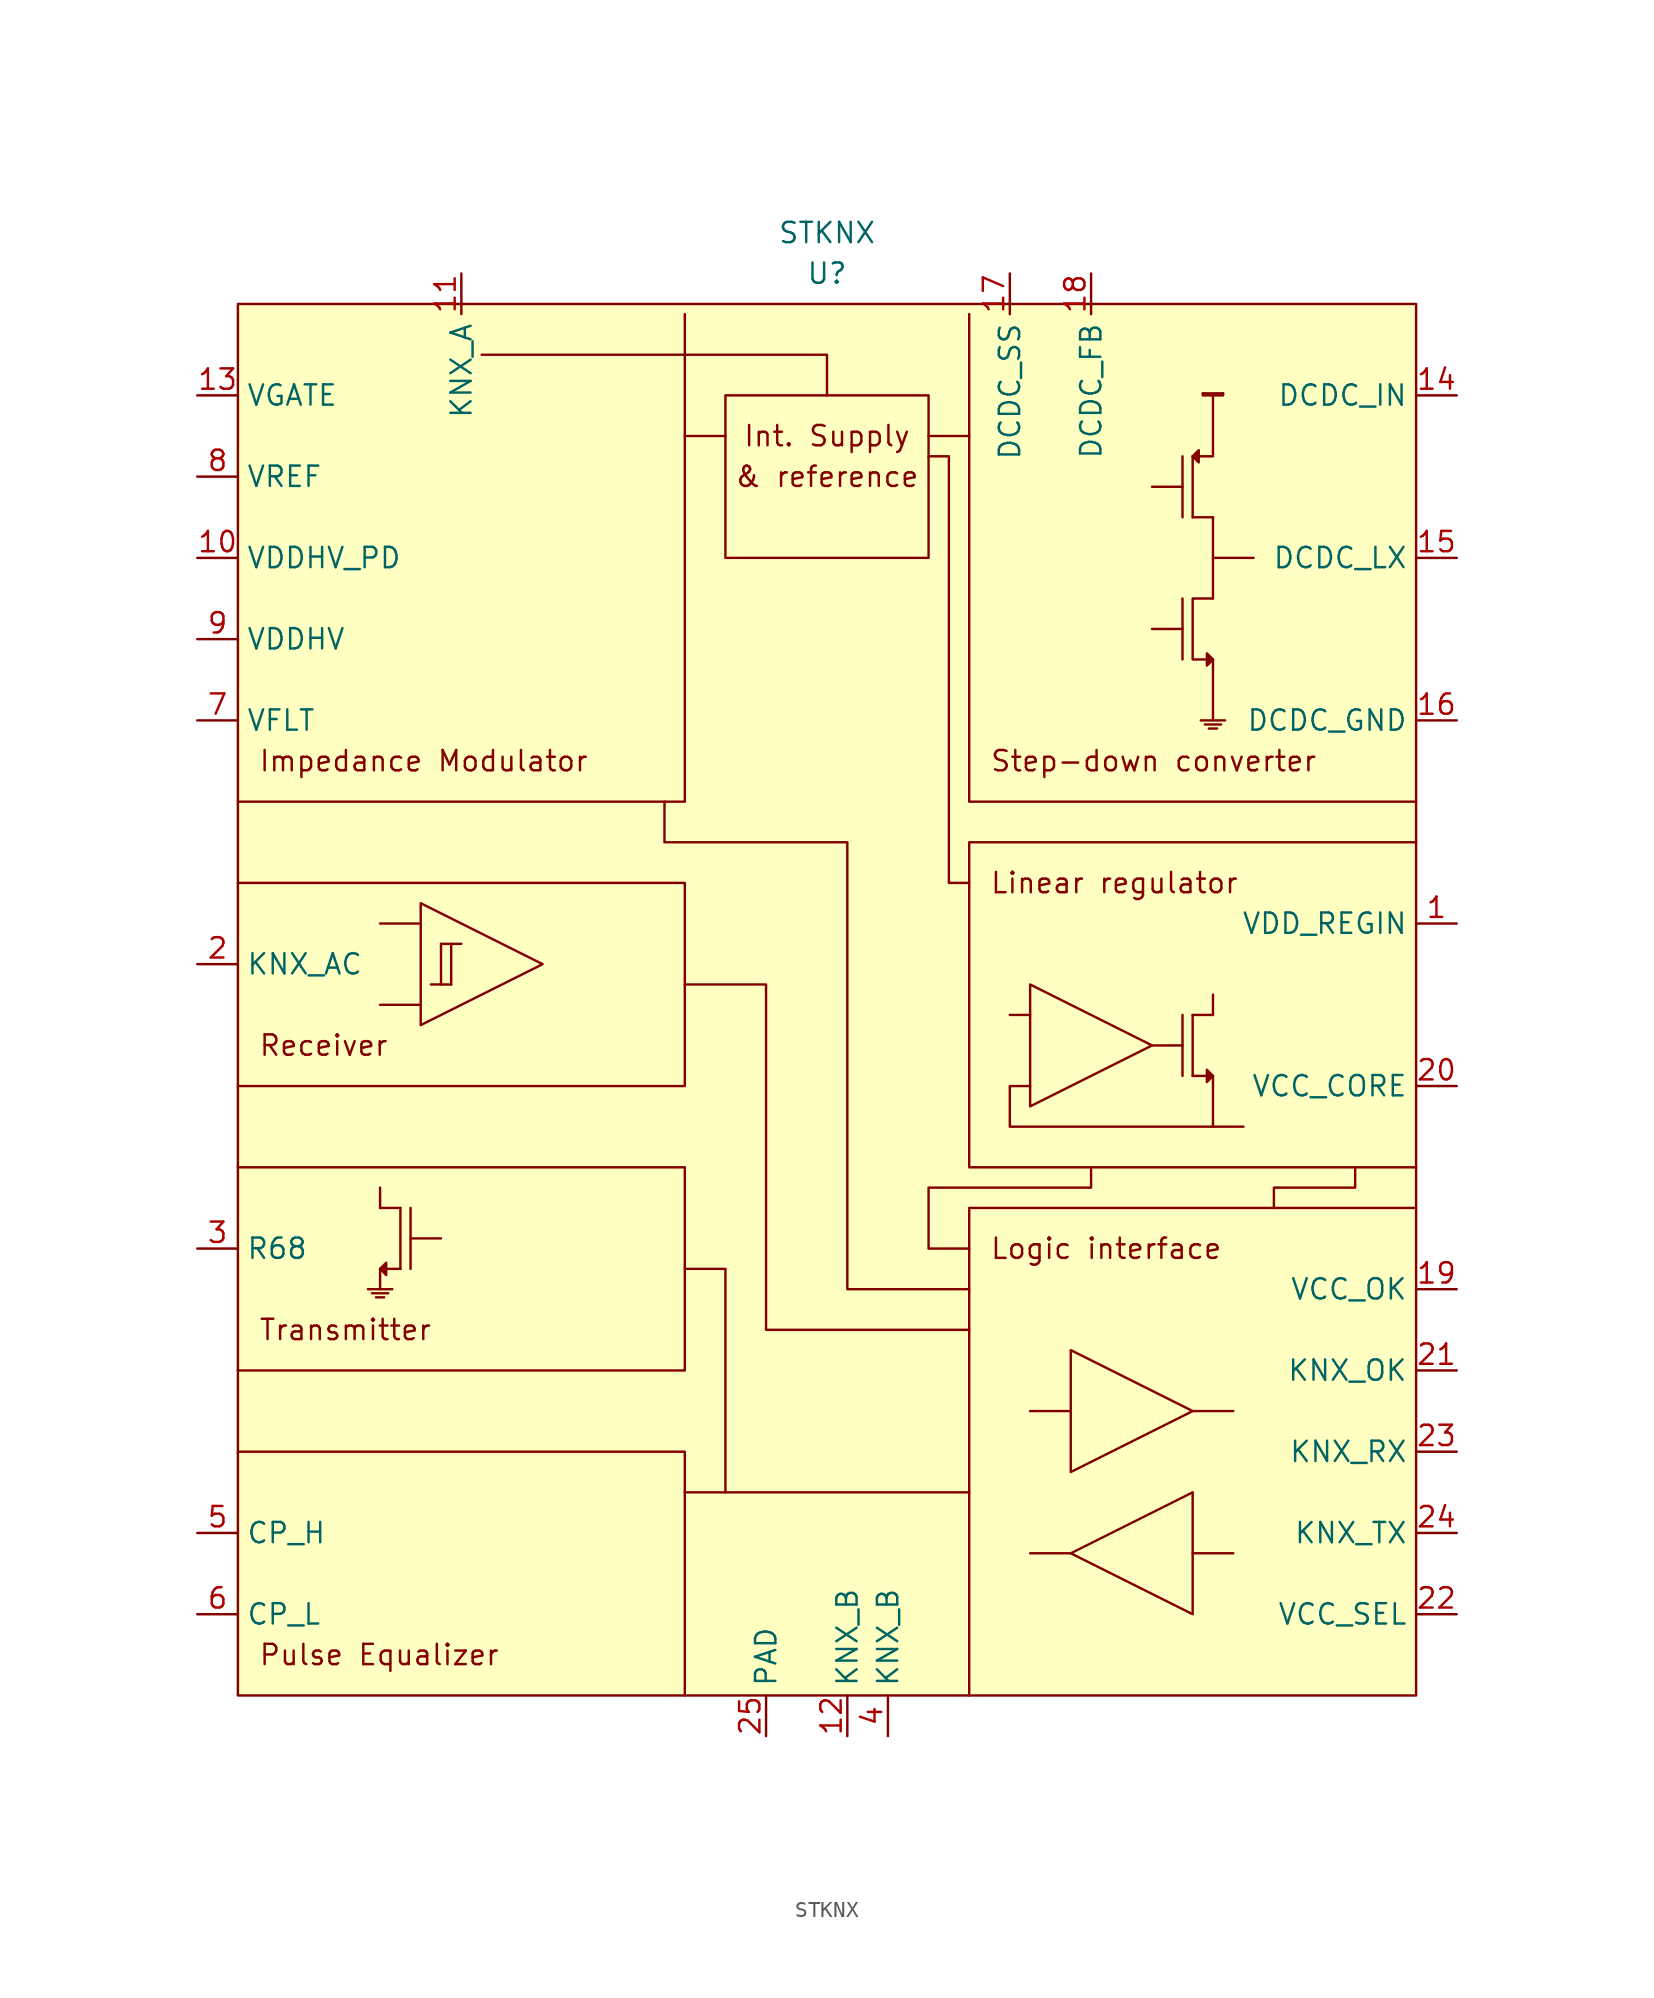
<source format=kicad_sym>
(kicad_symbol_lib
  (version 20210619)
  (generator kicad_symbol_editor)
  (symbol "stknx:STKNX"
    (property "Reference" "U"
      (at 0 45.72 0)
      (effects (font (size 1.27 1.27))))
    (property "Value" "STKNX"
      (at 0 48.26 0)
      (effects (font (size 1.27 1.27))))
    (symbol "STKNX_0_0"
      (text "& reference" (at 0 33.02 0) (effects (font (size 1.27 1.27))))
      (text "Impedance Modulator" (at -35.56 15.24 0) (effects (font (size 1.27 1.27)) (justify left)))
      (text "Int. Supply" (at 0 35.56 0) (effects (font (size 1.27 1.27))))
      (text "Linear regulator" (at 10.16 7.62 0) (effects (font (size 1.27 1.27)) (justify left)))
      (text "Logic interface" (at 10.16 -15.24 0) (effects (font (size 1.27 1.27)) (justify left)))
      (text "Pulse Equalizer" (at -35.56 -40.64 0) (effects (font (size 1.27 1.27)) (justify left)))
      (text "Receiver" (at -35.56 -2.54 0) (effects (font (size 1.27 1.27)) (justify left)))
      (text "Step-down converter" (at 10.16 15.24 0) (effects (font (size 1.27 1.27)) (justify left)))
      (text "Transmitter" (at -35.56 -20.32 0) (effects (font (size 1.27 1.27)) (justify left)))
      (rectangle (start -6.35 38.1) (end 6.35 27.94) (stroke (width 0.152)) (fill (type none)))
      (polyline (pts (xy -27.94 -16.51) (xy -27.94 -17.78)) (stroke (width 0.152)) (fill (type none)))
      (polyline (pts (xy -27.94 -12.7) (xy -27.94 -11.43)) (stroke (width 0.152)) (fill (type none)))
      (polyline (pts (xy -26.67 -16.51) (xy -27.94 -16.51)) (stroke (width 0.152)) (fill (type none)))
      (polyline (pts (xy -26.67 -12.7) (xy -27.94 -12.7)) (stroke (width 0.152)) (fill (type none)))
      (polyline (pts (xy -26.67 -12.7) (xy -26.67 -16.51)) (stroke (width 0.152)) (fill (type none)))
      (polyline (pts (xy -26.035 -12.7) (xy -26.035 -16.51)) (stroke (width 0.152)) (fill (type none)))
      (polyline (pts (xy -25.4 0) (xy -27.94 0)) (stroke (width 0.152)) (fill (type none)))
      (polyline (pts (xy -25.4 5.08) (xy -27.94 5.08)) (stroke (width 0.152)) (fill (type none)))
      (polyline (pts (xy -24.13 -14.605) (xy -26.035 -14.605)) (stroke (width 0.152)) (fill (type none)))
      (polyline (pts (xy -24.13 3.81) (xy -24.13 1.27)) (stroke (width 0.152)) (fill (type none)))
      (polyline (pts (xy -24.13 3.81) (xy -22.86 3.81)) (stroke (width 0.152)) (fill (type none)))
      (polyline (pts (xy -23.495 1.27) (xy -24.765 1.27)) (stroke (width 0.152)) (fill (type none)))
      (polyline (pts (xy -23.495 1.27) (xy -23.495 3.81)) (stroke (width 0.152)) (fill (type none)))
      (polyline (pts (xy -6.35 35.56) (xy -8.89 35.56)) (stroke (width 0.152)) (fill (type none)))
      (polyline (pts (xy 6.35 35.56) (xy 8.89 35.56)) (stroke (width 0.152)) (fill (type none)))
      (polyline (pts (xy 8.89 -30.48) (xy -8.89 -30.48)) (stroke (width 0.152)) (fill (type none)))
      (polyline (pts (xy 12.7 -0.635) (xy 11.43 -0.635)) (stroke (width 0.152)) (fill (type none)))
      (polyline (pts (xy 15.24 -34.29) (xy 12.7 -34.29)) (stroke (width 0.152)) (fill (type none)))
      (polyline (pts (xy 15.24 -25.4) (xy 12.7 -25.4)) (stroke (width 0.152)) (fill (type none)))
      (polyline (pts (xy 20.32 -2.54) (xy 22.225 -2.54)) (stroke (width 0.152)) (fill (type none)))
      (polyline (pts (xy 22.225 -0.635) (xy 22.225 -4.445)) (stroke (width 0.152)) (fill (type none)))
      (polyline (pts (xy 22.86 -34.29) (xy 25.4 -34.29)) (stroke (width 0.152)) (fill (type none)))
      (polyline (pts (xy 22.86 -25.4) (xy 25.4 -25.4)) (stroke (width 0.152)) (fill (type none)))
      (polyline (pts (xy 22.86 -4.445) (xy 24.13 -4.445)) (stroke (width 0.152)) (fill (type none)))
      (polyline (pts (xy 22.86 -0.635) (xy 22.86 -4.445)) (stroke (width 0.152)) (fill (type none)))
      (polyline (pts (xy 22.86 -0.635) (xy 24.13 -0.635)) (stroke (width 0.152)) (fill (type none)))
      (polyline (pts (xy 24.13 -4.445) (xy 24.13 -7.62)) (stroke (width 0.152)) (fill (type none)))
      (polyline (pts (xy 24.13 -0.635) (xy 24.13 0.635)) (stroke (width 0.152)) (fill (type none)))
      (polyline (pts (xy -36.83 -27.94) (xy -8.89 -27.94) (xy -8.89 -43.18)) (stroke (width 0.152)) (fill (type none)))
      (polyline (pts (xy -36.83 12.7) (xy -8.89 12.7) (xy -8.89 43.18)) (stroke (width 0.152)) (fill (type none)))
      (polyline (pts (xy -21.59 40.64) (xy 0 40.64) (xy 0 38.1)) (stroke (width 0.152)) (fill (type none)))
      (polyline (pts (xy -8.89 -16.51) (xy -6.35 -16.51) (xy -6.35 -30.48)) (stroke (width 0.152)) (fill (type none)))
      (polyline (pts (xy 36.83 -12.7) (xy 8.89 -12.7) (xy 8.89 -43.18)) (stroke (width 0.152)) (fill (type none)))
      (polyline (pts (xy -36.83 -10.16) (xy -8.89 -10.16) (xy -8.89 -22.86) (xy -36.83 -22.86)) (stroke (width 0.152)) (fill (type none)))
      (polyline (pts (xy -36.83 7.62) (xy -8.89 7.62) (xy -8.89 -5.08) (xy -36.83 -5.08)) (stroke (width 0.152)) (fill (type none)))
      (polyline (pts (xy -25.4 6.35) (xy -25.4 -1.27) (xy -17.78 2.54) (xy -25.4 6.35)) (stroke (width 0.152)) (fill (type none)))
      (polyline (pts (xy -8.89 1.27) (xy -3.81 1.27) (xy -3.81 -20.32) (xy 8.89 -20.32)) (stroke (width 0.152)) (fill (type none)))
      (polyline (pts (xy 6.35 34.29) (xy 7.62 34.29) (xy 7.62 7.62) (xy 8.89 7.62)) (stroke (width 0.152)) (fill (type none)))
      (polyline (pts (xy 12.7 -6.35) (xy 12.7 1.27) (xy 20.32 -2.54) (xy 12.7 -6.35)) (stroke (width 0.152)) (fill (type none)))
      (polyline (pts (xy 12.7 -5.08) (xy 11.43 -5.08) (xy 11.43 -7.62) (xy 26.035 -7.62)) (stroke (width 0.152)) (fill (type none)))
      (polyline (pts (xy 15.24 -21.59) (xy 15.24 -29.21) (xy 22.86 -25.4) (xy 15.24 -21.59)) (stroke (width 0.152)) (fill (type none)))
      (polyline (pts (xy 22.86 -30.48) (xy 22.86 -38.1) (xy 15.24 -34.29) (xy 22.86 -30.48)) (stroke (width 0.152)) (fill (type none)))
      (polyline (pts (xy 33.02 -10.16) (xy 33.02 -11.43) (xy 27.94 -11.43) (xy 27.94 -12.7)) (stroke (width 0.152)) (fill (type none)))
      (polyline (pts (xy 36.83 10.16) (xy 8.89 10.16) (xy 8.89 -10.16) (xy 36.83 -10.16)) (stroke (width 0.152)) (fill (type none)))
      (polyline (pts (xy -10.16 12.7) (xy -10.16 10.16) (xy 1.27 10.16) (xy 1.27 -17.78) (xy 8.89 -17.78)) (stroke (width 0.152)) (fill (type none)))
      (polyline (pts (xy 8.89 -15.24) (xy 6.35 -15.24) (xy 6.35 -11.43) (xy 16.51 -11.43) (xy 16.51 -10.16)) (stroke (width 0.152)) (fill (type none)))
      (polyline (pts (xy -27.94 -16.51) (xy -27.559 -16.129) (xy -27.559 -16.891) (xy -27.94 -16.51) (xy -27.686 -16.256) (xy -27.686 -16.764)) (stroke (width 0.152)) (fill (type none)))
      (polyline (pts (xy 24.13 -4.445) (xy 23.749 -4.064) (xy 23.749 -4.826) (xy 24.13 -4.445) (xy 23.876 -4.191) (xy 23.876 -4.699)) (stroke (width 0.152)) (fill (type none))))
    (symbol "STKNX_0_1"
      (rectangle (start -36.83 43.815) (end 36.83 -43.18) (stroke (width 0.152)) (fill (type background)))
      (polyline (pts (xy -28.702 -17.78) (xy -27.178 -17.78)) (stroke (width 0.152)) (fill (type none)))
      (polyline (pts (xy -28.448 -18.034) (xy -27.432 -18.034)) (stroke (width 0.152)) (fill (type none)))
      (polyline (pts (xy -28.194 -18.288) (xy -27.686 -18.288)) (stroke (width 0.152)) (fill (type none)))
      (polyline (pts (xy 22.225 23.495) (xy 20.32 23.495)) (stroke (width 0.152)) (fill (type none)))
      (polyline (pts (xy 22.225 25.4) (xy 22.225 21.59)) (stroke (width 0.152)) (fill (type none)))
      (polyline (pts (xy 22.225 32.385) (xy 20.32 32.385)) (stroke (width 0.152)) (fill (type none)))
      (polyline (pts (xy 22.225 34.29) (xy 22.225 30.48)) (stroke (width 0.152)) (fill (type none)))
      (polyline (pts (xy 22.86 30.48) (xy 22.86 34.29)) (stroke (width 0.152)) (fill (type none)))
      (polyline (pts (xy 23.114 34.544) (xy 23.114 34.036)) (stroke (width 0.152)) (fill (type none)))
      (polyline (pts (xy 23.368 17.78) (xy 24.892 17.78)) (stroke (width 0.152)) (fill (type none)))
      (polyline (pts (xy 23.495 38.227) (xy 24.765 38.227)) (stroke (width 0.152)) (fill (type none)))
      (polyline (pts (xy 23.622 17.526) (xy 24.638 17.526)) (stroke (width 0.152)) (fill (type none)))
      (polyline (pts (xy 23.876 17.272) (xy 24.384 17.272)) (stroke (width 0.152)) (fill (type none)))
      (polyline (pts (xy 23.876 21.844) (xy 23.876 21.336)) (stroke (width 0.152)) (fill (type none)))
      (polyline (pts (xy 24.13 30.48) (xy 22.86 30.48)) (stroke (width 0.152)) (fill (type none)))
      (polyline (pts (xy 24.13 30.48) (xy 24.13 25.4)) (stroke (width 0.152)) (fill (type none)))
      (polyline (pts (xy 26.67 27.94) (xy 24.13 27.94)) (stroke (width 0.152)) (fill (type none)))
      (polyline (pts (xy 8.89 43.18) (xy 8.89 12.7) (xy 36.83 12.7)) (stroke (width 0.152)) (fill (type none)))
      (polyline (pts (xy 24.13 38.1) (xy 24.13 34.29) (xy 22.86 34.29)) (stroke (width 0.152)) (fill (type none)))
      (polyline (pts (xy 22.86 34.29) (xy 23.241 34.671) (xy 23.241 33.909) (xy 22.86 34.29)) (stroke (width 0.152)) (fill (type none)))
      (polyline (pts (xy 23.495 38.227) (xy 23.495 38.1) (xy 24.765 38.1) (xy 24.765 38.227)) (stroke (width 0.152)) (fill (type none)))
      (polyline (pts (xy 24.13 21.59) (xy 23.749 21.971) (xy 23.749 21.209) (xy 24.13 21.59)) (stroke (width 0.152)) (fill (type none)))
      (polyline (pts (xy 24.13 25.4) (xy 22.86 25.4) (xy 22.86 21.59) (xy 24.13 21.59) (xy 24.13 17.78)) (stroke (width 0.152)) (fill (type none))))
    (symbol "STKNX_1_1"
      (pin power_in line (at 39.37 5.08 180) (length 2.54) (name "VDD_REGIN" (effects (font (size 1.27 1.27)))) (number "1" (effects (font (size 1.27 1.27)))))
      (pin power_in line (at -39.37 27.94 0) (length 2.54) (name "VDDHV_PD" (effects (font (size 1.27 1.27)))) (number "10" (effects (font (size 1.27 1.27)))))
      (pin input line (at -22.86 45.72 270) (length 2.54) (name "KNX_A" (effects (font (size 1.27 1.27)))) (number "11" (effects (font (size 1.27 1.27)))))
      (pin power_in line (at 1.27 -45.72 90) (length 2.54) (name "KNX_B" (effects (font (size 1.27 1.27)))) (number "12" (effects (font (size 1.27 1.27)))))
      (pin passive line (at -39.37 38.1 0) (length 2.54) (name "VGATE" (effects (font (size 1.27 1.27)))) (number "13" (effects (font (size 1.27 1.27)))))
      (pin power_in line (at 39.37 38.1 180) (length 2.54) (name "DCDC_IN" (effects (font (size 1.27 1.27)))) (number "14" (effects (font (size 1.27 1.27)))))
      (pin power_out line (at 39.37 27.94 180) (length 2.54) (name "DCDC_LX" (effects (font (size 1.27 1.27)))) (number "15" (effects (font (size 1.27 1.27)))))
      (pin power_in line (at 39.37 17.78 180) (length 2.54) (name "DCDC_GND" (effects (font (size 1.27 1.27)))) (number "16" (effects (font (size 1.27 1.27)))))
      (pin passive line (at 11.43 45.72 270) (length 2.54) (name "DCDC_SS" (effects (font (size 1.27 1.27)))) (number "17" (effects (font (size 1.27 1.27)))))
      (pin input line (at 16.51 45.72 270) (length 2.54) (name "DCDC_FB" (effects (font (size 1.27 1.27)))) (number "18" (effects (font (size 1.27 1.27)))))
      (pin output line (at 39.37 -17.78 180) (length 2.54) (name "VCC_OK" (effects (font (size 1.27 1.27)))) (number "19" (effects (font (size 1.27 1.27)))))
      (pin input line (at -39.37 2.54 0) (length 2.54) (name "KNX_AC" (effects (font (size 1.27 1.27)))) (number "2" (effects (font (size 1.27 1.27)))))
      (pin power_out line (at 39.37 -5.08 180) (length 2.54) (name "VCC_CORE" (effects (font (size 1.27 1.27)))) (number "20" (effects (font (size 1.27 1.27)))))
      (pin output line (at 39.37 -22.86 180) (length 2.54) (name "KNX_OK" (effects (font (size 1.27 1.27)))) (number "21" (effects (font (size 1.27 1.27)))))
      (pin input line (at 39.37 -38.1 180) (length 2.54) (name "VCC_SEL" (effects (font (size 1.27 1.27)))) (number "22" (effects (font (size 1.27 1.27)))))
      (pin output line (at 39.37 -27.94 180) (length 2.54) (name "KNX_RX" (effects (font (size 1.27 1.27)))) (number "23" (effects (font (size 1.27 1.27)))))
      (pin input line (at 39.37 -33.02 180) (length 2.54) (name "KNX_TX" (effects (font (size 1.27 1.27)))) (number "24" (effects (font (size 1.27 1.27)))))
      (pin power_in line (at -3.81 -45.72 90) (length 2.54) (name "PAD" (effects (font (size 1.27 1.27)))) (number "25" (effects (font (size 1.27 1.27)))))
      (pin output line (at -39.37 -15.24 0) (length 2.54) (name "R68" (effects (font (size 1.27 1.27)))) (number "3" (effects (font (size 1.27 1.27)))))
      (pin power_in line (at 3.81 -45.72 90) (length 2.54) (name "KNX_B" (effects (font (size 1.27 1.27)))) (number "4" (effects (font (size 1.27 1.27)))))
      (pin passive line (at -39.37 -33.02 0) (length 2.54) (name "CP_H" (effects (font (size 1.27 1.27)))) (number "5" (effects (font (size 1.27 1.27)))))
      (pin passive line (at -39.37 -38.1 0) (length 2.54) (name "CP_L" (effects (font (size 1.27 1.27)))) (number "6" (effects (font (size 1.27 1.27)))))
      (pin passive line (at -39.37 17.78 0) (length 2.54) (name "VFLT" (effects (font (size 1.27 1.27)))) (number "7" (effects (font (size 1.27 1.27)))))
      (pin power_out line (at -39.37 33.02 0) (length 2.54) (name "VREF" (effects (font (size 1.27 1.27)))) (number "8" (effects (font (size 1.27 1.27)))))
      (pin power_in line (at -39.37 22.86 0) (length 2.54) (name "VDDHV" (effects (font (size 1.27 1.27)))) (number "9" (effects (font (size 1.27 1.27))))))))
</source>
